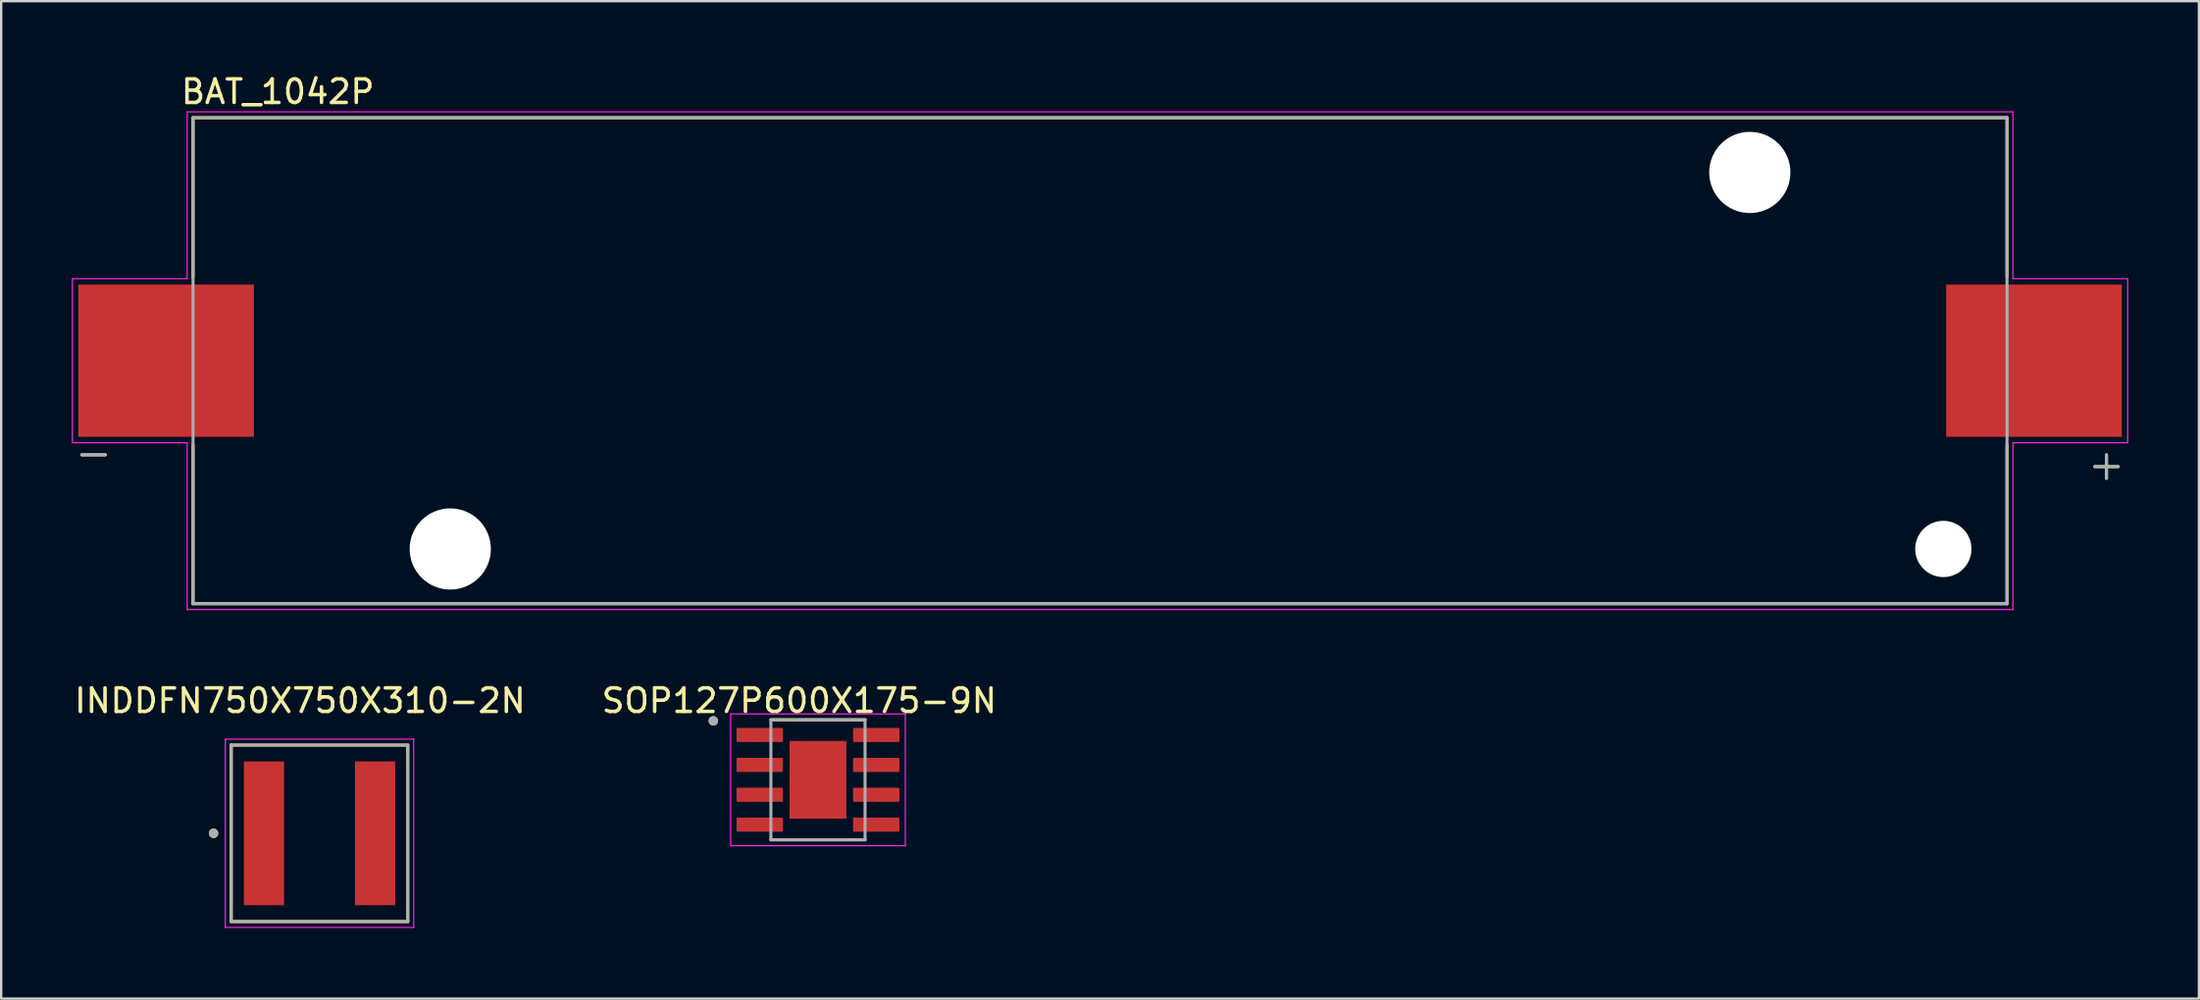
<source format=kicad_pcb>
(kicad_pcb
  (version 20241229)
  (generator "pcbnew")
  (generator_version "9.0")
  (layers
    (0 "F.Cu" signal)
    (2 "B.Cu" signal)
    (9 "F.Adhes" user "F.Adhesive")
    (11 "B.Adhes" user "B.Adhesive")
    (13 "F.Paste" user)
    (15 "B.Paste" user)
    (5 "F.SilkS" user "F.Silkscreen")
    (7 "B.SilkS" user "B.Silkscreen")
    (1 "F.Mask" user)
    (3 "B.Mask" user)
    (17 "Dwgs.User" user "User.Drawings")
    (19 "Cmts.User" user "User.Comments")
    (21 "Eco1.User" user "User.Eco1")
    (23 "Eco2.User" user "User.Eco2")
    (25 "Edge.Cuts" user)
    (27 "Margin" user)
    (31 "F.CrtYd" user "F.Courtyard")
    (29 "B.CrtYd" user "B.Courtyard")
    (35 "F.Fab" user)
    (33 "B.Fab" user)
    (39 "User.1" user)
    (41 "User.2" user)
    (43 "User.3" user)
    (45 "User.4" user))
  (footprint "BAT_1042P"
    (layer "F.Cu")
    (at 43.675 12.278)
    (property "Reference" "BAT_1042P" (at -34.925 -11.43 0) (layer "F.SilkS") (effects (font (size 1 1) (thickness 0.15))))
    (attr through_hole)
    (fp_line (start -43.25 4) (end -42.25 4) (stroke (width 0.127) (type solid)) (layer "F.SilkS"))
    (fp_line (start -38.525 -10.325) (end 38.525 -10.325) (stroke (width 0.127) (type solid)) (layer "F.SilkS"))
    (fp_line (start -38.525 -3.55) (end -38.525 -10.325) (stroke (width 0.127) (type solid)) (layer "F.SilkS"))
    (fp_line (start -38.525 10.325) (end -38.525 3.55) (stroke (width 0.127) (type solid)) (layer "F.SilkS"))
    (fp_line (start 38.525 -10.325) (end 38.525 -3.55) (stroke (width 0.127) (type solid)) (layer "F.SilkS"))
    (fp_line (start 38.525 3.55) (end 38.525 10.325) (stroke (width 0.127) (type solid)) (layer "F.SilkS"))
    (fp_line (start 38.525 10.325) (end -38.525 10.325) (stroke (width 0.127) (type solid)) (layer "F.SilkS"))
    (fp_line (start 42.25 4.5) (end 43.25 4.5) (stroke (width 0.127) (type solid)) (layer "F.SilkS"))
    (fp_line (start 42.75 4) (end 42.75 5) (stroke (width 0.127) (type solid)) (layer "F.SilkS"))
    (fp_line (start -43.65 -3.485) (end -38.775 -3.485) (stroke (width 0.05) (type solid)) (layer "F.CrtYd"))
    (fp_line (start -43.65 3.485) (end -43.65 -3.485) (stroke (width 0.05) (type solid)) (layer "F.CrtYd"))
    (fp_line (start -38.775 -10.575) (end 38.775 -10.575) (stroke (width 0.05) (type solid)) (layer "F.CrtYd"))
    (fp_line (start -38.775 -3.485) (end -38.775 -10.575) (stroke (width 0.05) (type solid)) (layer "F.CrtYd"))
    (fp_line (start -38.775 3.485) (end -43.65 3.485) (stroke (width 0.05) (type solid)) (layer "F.CrtYd"))
    (fp_line (start -38.775 10.575) (end -38.775 3.485) (stroke (width 0.05) (type solid)) (layer "F.CrtYd"))
    (fp_line (start 38.775 -10.575) (end 38.775 -3.485) (stroke (width 0.05) (type solid)) (layer "F.CrtYd"))
    (fp_line (start 38.775 -3.485) (end 43.65 -3.485) (stroke (width 0.05) (type solid)) (layer "F.CrtYd"))
    (fp_line (start 38.775 3.485) (end 38.775 10.575) (stroke (width 0.05) (type solid)) (layer "F.CrtYd"))
    (fp_line (start 38.775 10.575) (end -38.775 10.575) (stroke (width 0.05) (type solid)) (layer "F.CrtYd"))
    (fp_line (start 43.65 -3.485) (end 43.65 3.485) (stroke (width 0.05) (type solid)) (layer "F.CrtYd"))
    (fp_line (start 43.65 3.485) (end 38.775 3.485) (stroke (width 0.05) (type solid)) (layer "F.CrtYd"))
    (fp_line (start -43.25 4) (end -42.25 4) (stroke (width 0.127) (type solid)) (layer "F.Fab"))
    (fp_line (start -38.525 -10.325) (end 38.525 -10.325) (stroke (width 0.127) (type solid)) (layer "F.Fab"))
    (fp_line (start -38.525 10.325) (end -38.525 -10.325) (stroke (width 0.127) (type solid)) (layer "F.Fab"))
    (fp_line (start 38.525 -10.325) (end 38.525 10.325) (stroke (width 0.127) (type solid)) (layer "F.Fab"))
    (fp_line (start 38.525 10.325) (end -38.525 10.325) (stroke (width 0.127) (type solid)) (layer "F.Fab"))
    (fp_line (start 42.25 4.5) (end 43.25 4.5) (stroke (width 0.127) (type solid)) (layer "F.Fab"))
    (fp_line (start 42.75 4) (end 42.75 5) (stroke (width 0.127) (type solid)) (layer "F.Fab"))
    (pad "" np_thru_hole circle (at -27.6 8) (size 3.45 3.45) (drill 3.45) (layers "*.Cu" "*.Mask"))
    (pad "" np_thru_hole circle (at 27.6 -8) (size 3.45 3.45) (drill 3.45) (layers "*.Cu" "*.Mask"))
    (pad "" np_thru_hole circle (at 35.82 8) (size 2.39 2.39) (drill 2.39) (layers "*.Cu" "*.Mask"))
    (pad "N" smd rect (at -39.67 0) (size 7.46 6.47) (layers "F.Cu" "F.Mask" "F.Paste"))
    (pad "P" smd rect (at 39.67 0) (size 7.46 6.47) (layers "F.Cu" "F.Mask" "F.Paste")))
  (footprint "SOP127P600X175-9N"
    (layer "F.Cu")
    (at 31.694 30.088)
    (property "Reference" "SOP127P600X175-9N" (at -0.795 -3.362 0) (layer "F.SilkS") (effects (font (size 1 1) (thickness 0.15))))
    (attr smd)
    (fp_line (start -2 -2.55) (end 2 -2.55) (stroke (width 0.127) (type solid)) (layer "F.SilkS"))
    (fp_line (start -2 2.55) (end 2 2.55) (stroke (width 0.127) (type solid)) (layer "F.SilkS"))
    (fp_circle (center -4.445 -2.505) (end -4.345 -2.505) (stroke (width 0.2) (type solid)) (fill no) (layer "F.SilkS"))
    (fp_poly (pts (xy -0.645 -0.82) (xy 0.645 -0.82) (xy 0.645 0.82) (xy -0.645 0.82)) (stroke (width 0.01) (type solid)) (fill yes) (layer "F.Paste"))
    (fp_line (start -3.71 -2.8) (end -3.71 2.8) (stroke (width 0.05) (type solid)) (layer "F.CrtYd"))
    (fp_line (start -3.71 -2.8) (end 3.71 -2.8) (stroke (width 0.05) (type solid)) (layer "F.CrtYd"))
    (fp_line (start -3.71 2.8) (end 3.71 2.8) (stroke (width 0.05) (type solid)) (layer "F.CrtYd"))
    (fp_line (start 3.71 -2.8) (end 3.71 2.8) (stroke (width 0.05) (type solid)) (layer "F.CrtYd"))
    (fp_line (start -2 -2.55) (end -2 2.55) (stroke (width 0.127) (type solid)) (layer "F.Fab"))
    (fp_line (start -2 -2.55) (end 2 -2.55) (stroke (width 0.127) (type solid)) (layer "F.Fab"))
    (fp_line (start -2 2.55) (end 2 2.55) (stroke (width 0.127) (type solid)) (layer "F.Fab"))
    (fp_line (start 2 -2.55) (end 2 2.55) (stroke (width 0.127) (type solid)) (layer "F.Fab"))
    (fp_circle (center -4.445 -2.505) (end -4.345 -2.505) (stroke (width 0.2) (type solid)) (fill no) (layer "F.Fab"))
    (pad "1" smd roundrect (at -2.475 -1.905) (size 1.97 0.6) (layers "F.Cu" "F.Mask" "F.Paste") (roundrect_rratio 0.07))
    (pad "2" smd roundrect (at -2.475 -0.635) (size 1.97 0.6) (layers "F.Cu" "F.Mask" "F.Paste") (roundrect_rratio 0.07))
    (pad "3" smd roundrect (at -2.475 0.635) (size 1.97 0.6) (layers "F.Cu" "F.Mask" "F.Paste") (roundrect_rratio 0.07))
    (pad "4" smd roundrect (at -2.475 1.905) (size 1.97 0.6) (layers "F.Cu" "F.Mask" "F.Paste") (roundrect_rratio 0.07))
    (pad "5" smd roundrect (at 2.475 1.905) (size 1.97 0.6) (layers "F.Cu" "F.Mask" "F.Paste") (roundrect_rratio 0.07))
    (pad "6" smd roundrect (at 2.475 0.635) (size 1.97 0.6) (layers "F.Cu" "F.Mask" "F.Paste") (roundrect_rratio 0.07))
    (pad "7" smd roundrect (at 2.475 -0.635) (size 1.97 0.6) (layers "F.Cu" "F.Mask" "F.Paste") (roundrect_rratio 0.07))
    (pad "8" smd roundrect (at 2.475 -1.905) (size 1.97 0.6) (layers "F.Cu" "F.Mask" "F.Paste") (roundrect_rratio 0.07))
    (pad "9" smd rect (at 0 0) (size 2.413 3.302) (layers "F.Cu" "F.Mask")))
  (footprint "INDDFN750X750X310-2N"
    (layer "F.Cu")
    (at 10.521 32.361)
    (property "Reference" "INDDFN750X750X310-2N" (at -0.825 -5.635 0) (layer "F.SilkS") (effects (font (size 1 1) (thickness 0.15))))
    (attr smd)
    (fp_line (start -3.75 -3.75) (end 3.75 -3.75) (stroke (width 0.127) (type solid)) (layer "F.SilkS"))
    (fp_line (start -3.75 3.75) (end -3.75 -3.75) (stroke (width 0.127) (type solid)) (layer "F.SilkS"))
    (fp_line (start 3.75 -3.75) (end 3.75 3.75) (stroke (width 0.127) (type solid)) (layer "F.SilkS"))
    (fp_line (start 3.75 3.75) (end -3.75 3.75) (stroke (width 0.127) (type solid)) (layer "F.SilkS"))
    (fp_circle (center -4.5 0) (end -4.4 0) (stroke (width 0.2) (type solid)) (fill no) (layer "F.SilkS"))
    (fp_line (start -4 -4) (end -4 4) (stroke (width 0.05) (type solid)) (layer "F.CrtYd"))
    (fp_line (start -4 4) (end 4 4) (stroke (width 0.05) (type solid)) (layer "F.CrtYd"))
    (fp_line (start 4 -4) (end -4 -4) (stroke (width 0.05) (type solid)) (layer "F.CrtYd"))
    (fp_line (start 4 4) (end 4 -4) (stroke (width 0.05) (type solid)) (layer "F.CrtYd"))
    (fp_line (start -3.75 -3.75) (end 3.75 -3.75) (stroke (width 0.127) (type solid)) (layer "F.Fab"))
    (fp_line (start -3.75 3.75) (end -3.75 -3.75) (stroke (width 0.127) (type solid)) (layer "F.Fab"))
    (fp_line (start 3.75 -3.75) (end 3.75 3.75) (stroke (width 0.127) (type solid)) (layer "F.Fab"))
    (fp_line (start 3.75 3.75) (end -3.75 3.75) (stroke (width 0.127) (type solid)) (layer "F.Fab"))
    (fp_circle (center -4.5 0) (end -4.4 0) (stroke (width 0.2) (type solid)) (fill no) (layer "F.Fab"))
    (pad "1" smd rect (at -2.36 0) (size 1.71 6.11) (layers "F.Cu" "F.Mask" "F.Paste"))
    (pad "2" smd rect (at 2.36 0) (size 1.71 6.11) (layers "F.Cu" "F.Mask" "F.Paste")))
  (gr_rect
    (start -3 -3)
    (end 90.35 39.386)
    (stroke (width 0.1) (type default))
    (fill no)
    (layer "Edge.Cuts")))
</source>
